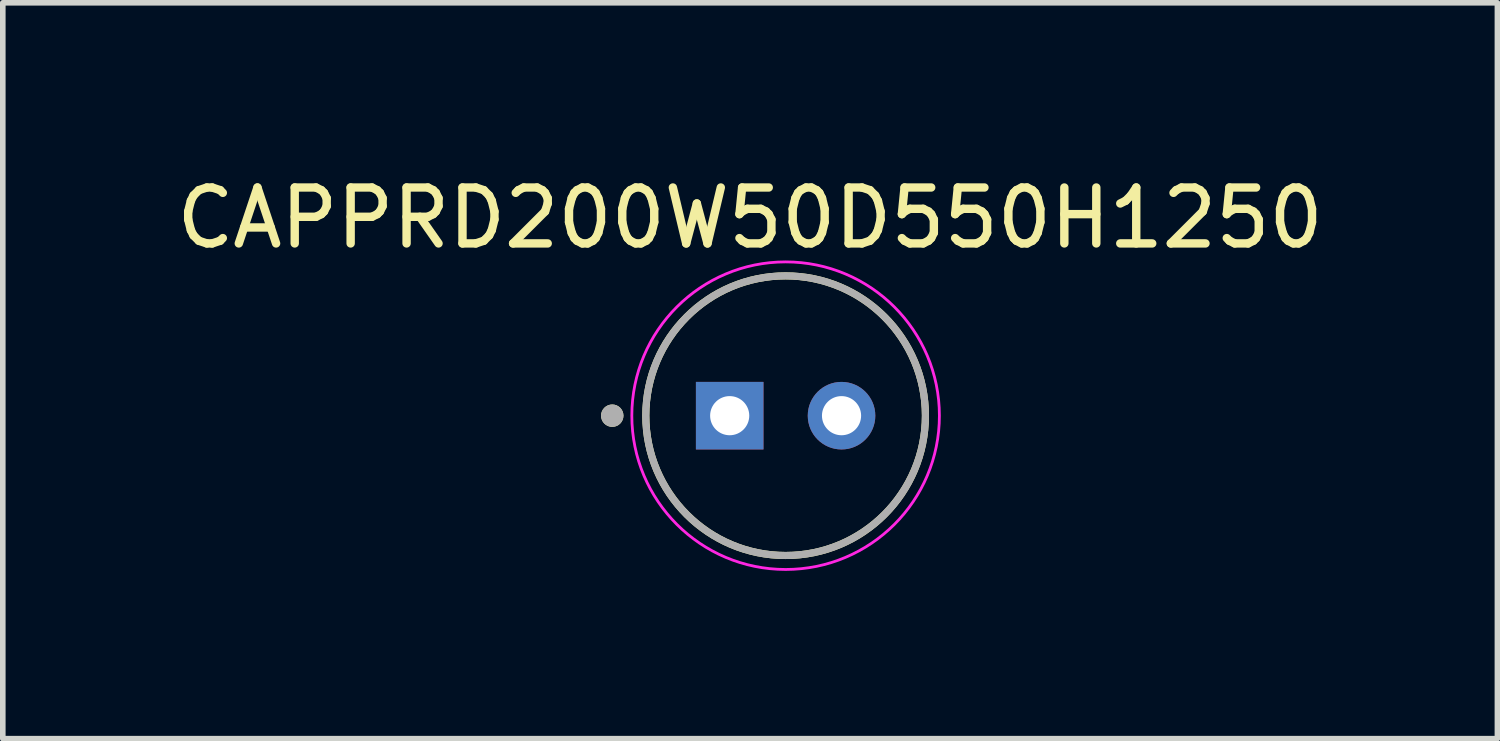
<source format=kicad_pcb>
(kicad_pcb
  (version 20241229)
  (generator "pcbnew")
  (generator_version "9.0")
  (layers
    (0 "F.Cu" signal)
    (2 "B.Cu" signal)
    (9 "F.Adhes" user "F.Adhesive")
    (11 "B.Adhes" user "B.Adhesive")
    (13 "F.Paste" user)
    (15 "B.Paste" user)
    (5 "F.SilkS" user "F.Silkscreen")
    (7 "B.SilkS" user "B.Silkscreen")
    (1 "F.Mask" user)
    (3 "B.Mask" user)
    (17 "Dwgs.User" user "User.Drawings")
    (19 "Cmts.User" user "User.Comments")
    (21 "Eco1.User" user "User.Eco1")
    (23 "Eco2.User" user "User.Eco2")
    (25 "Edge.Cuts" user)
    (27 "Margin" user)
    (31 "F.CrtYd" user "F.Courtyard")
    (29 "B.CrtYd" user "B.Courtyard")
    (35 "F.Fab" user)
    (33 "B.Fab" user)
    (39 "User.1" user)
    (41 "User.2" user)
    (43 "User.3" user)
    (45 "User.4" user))
  (footprint "CAPPRD200W50D550H1250"
    (layer "F.Cu")
    (at 10.998 4.383)
    (property "Reference" "CAPPRD200W50D550H1250" (at -0.635 -3.535 0) (layer "F.SilkS") (effects (font (size 1 1) (thickness 0.15))))
    (attr through_hole)
    (fp_circle (center -3.1 0) (end -3 0) (stroke (width 0.2) (type solid)) (fill no) (layer "F.SilkS"))
    (fp_circle (center 0 0) (end 2.5 0) (stroke (width 0.127) (type solid)) (fill no) (layer "F.SilkS"))
    (fp_circle (center 0 0) (end 2.75 0) (stroke (width 0.05) (type solid)) (fill no) (layer "F.CrtYd"))
    (fp_circle (center -3.1 0) (end -3 0) (stroke (width 0.2) (type solid)) (fill no) (layer "F.Fab"))
    (fp_circle (center 0 0) (end 2.5 0) (stroke (width 0.127) (type solid)) (fill no) (layer "F.Fab"))
    (pad "1" thru_hole rect (at -1 0) (size 1.208 1.208) (drill 0.7) (layers "*.Cu" "*.Mask"))
    (pad "2" thru_hole circle (at 1 0) (size 1.208 1.208) (drill 0.7) (layers "*.Cu" "*.Mask")))
  (gr_rect
    (start -3 -3)
    (end 23.726 10.158)
    (stroke (width 0.1) (type default))
    (fill no)
    (layer "Edge.Cuts")))
</source>
